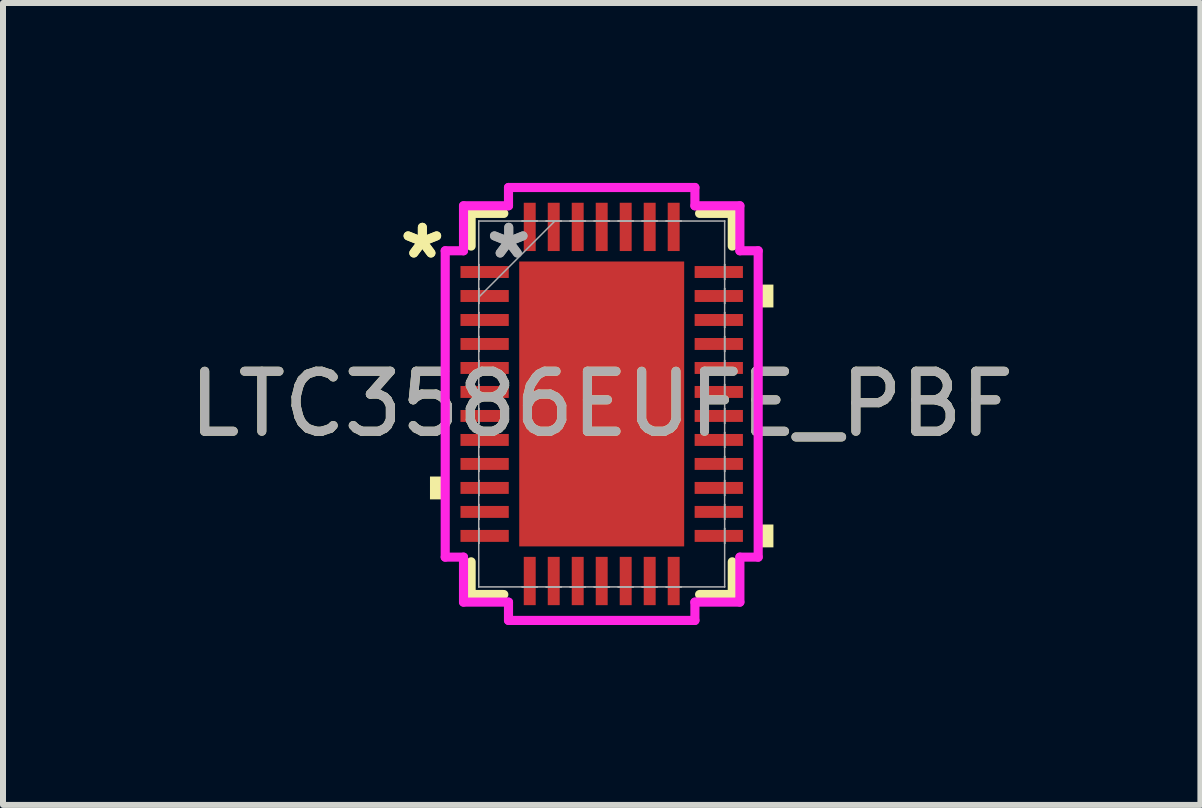
<source format=kicad_pcb>
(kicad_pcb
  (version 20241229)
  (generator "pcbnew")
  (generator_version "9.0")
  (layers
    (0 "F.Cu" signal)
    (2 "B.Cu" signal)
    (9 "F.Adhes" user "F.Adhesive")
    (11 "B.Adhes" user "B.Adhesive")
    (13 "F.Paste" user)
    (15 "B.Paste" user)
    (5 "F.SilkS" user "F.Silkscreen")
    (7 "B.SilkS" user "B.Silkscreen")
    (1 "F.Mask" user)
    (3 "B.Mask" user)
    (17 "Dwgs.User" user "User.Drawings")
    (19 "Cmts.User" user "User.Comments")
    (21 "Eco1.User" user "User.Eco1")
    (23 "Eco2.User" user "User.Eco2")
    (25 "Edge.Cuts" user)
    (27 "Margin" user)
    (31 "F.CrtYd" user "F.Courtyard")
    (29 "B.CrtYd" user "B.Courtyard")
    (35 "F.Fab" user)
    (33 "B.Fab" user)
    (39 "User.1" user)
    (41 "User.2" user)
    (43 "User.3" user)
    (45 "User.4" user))
  (footprint "LTC3586EUFE_PBF"
    (layer "F.Cu")
    (at 6.982 3.685)
    (property "Reference" "LTC3586EUFE_PBF" (at 0 0 0) (unlocked yes) (layer "F.SilkS") (effects (font (size 1 1) (thickness 0.15))))
    (attr smd)
    (fp_line (start -2.177 -3.177) (end -2.177 -2.632) (stroke (width 0.152) (type solid)) (layer "F.SilkS"))
    (fp_line (start -2.177 2.632) (end -2.177 3.177) (stroke (width 0.152) (type solid)) (layer "F.SilkS"))
    (fp_line (start -2.177 3.177) (end -1.632 3.177) (stroke (width 0.152) (type solid)) (layer "F.SilkS"))
    (fp_line (start -1.632 -3.177) (end -2.177 -3.177) (stroke (width 0.152) (type solid)) (layer "F.SilkS"))
    (fp_line (start 1.632 3.177) (end 2.177 3.177) (stroke (width 0.152) (type solid)) (layer "F.SilkS"))
    (fp_line (start 2.177 -3.177) (end 1.632 -3.177) (stroke (width 0.152) (type solid)) (layer "F.SilkS"))
    (fp_line (start 2.177 -2.632) (end 2.177 -3.177) (stroke (width 0.152) (type solid)) (layer "F.SilkS"))
    (fp_line (start 2.177 3.177) (end 2.177 2.632) (stroke (width 0.152) (type solid)) (layer "F.SilkS"))
    (fp_poly (pts (xy -2.863 1.21) (xy -2.863 1.591) (xy -2.609 1.591) (xy -2.609 1.21)) (stroke (width 0) (type solid)) (fill yes) (layer "F.SilkS"))
    (fp_poly (pts (xy 2.863 -1.99) (xy 2.863 -1.609) (xy 2.609 -1.609) (xy 2.609 -1.99)) (stroke (width 0) (type solid)) (fill yes) (layer "F.SilkS"))
    (fp_poly (pts (xy 2.863 2.01) (xy 2.863 2.391) (xy 2.609 2.391) (xy 2.609 2.01)) (stroke (width 0) (type solid)) (fill yes) (layer "F.SilkS"))
    (fp_poly (pts (xy -1.275 -2.275) (xy -1.275 -0.892) (xy -0.1 -0.892) (xy -0.1 -2.275)) (stroke (width 0) (type solid)) (fill yes) (layer "F.Paste"))
    (fp_poly (pts (xy -1.275 -0.692) (xy -1.275 0.692) (xy -0.1 0.692) (xy -0.1 -0.692)) (stroke (width 0) (type solid)) (fill yes) (layer "F.Paste"))
    (fp_poly (pts (xy -1.275 0.892) (xy -1.275 2.275) (xy -0.1 2.275) (xy -0.1 0.892)) (stroke (width 0) (type solid)) (fill yes) (layer "F.Paste"))
    (fp_poly (pts (xy 0.1 -2.275) (xy 0.1 -0.892) (xy 1.275 -0.892) (xy 1.275 -2.275)) (stroke (width 0) (type solid)) (fill yes) (layer "F.Paste"))
    (fp_poly (pts (xy 0.1 -0.692) (xy 0.1 0.692) (xy 1.275 0.692) (xy 1.275 -0.692)) (stroke (width 0) (type solid)) (fill yes) (layer "F.Paste"))
    (fp_poly (pts (xy 0.1 0.892) (xy 0.1 2.275) (xy 1.275 2.275) (xy 1.275 0.892)) (stroke (width 0) (type solid)) (fill yes) (layer "F.Paste"))
    (fp_line (start -2.609 -2.554) (end -2.304 -2.554) (stroke (width 0.152) (type solid)) (layer "F.CrtYd"))
    (fp_line (start -2.609 2.554) (end -2.609 -2.554) (stroke (width 0.152) (type solid)) (layer "F.CrtYd"))
    (fp_line (start -2.304 -3.304) (end -1.554 -3.304) (stroke (width 0.152) (type solid)) (layer "F.CrtYd"))
    (fp_line (start -2.304 -2.554) (end -2.304 -3.304) (stroke (width 0.152) (type solid)) (layer "F.CrtYd"))
    (fp_line (start -2.304 2.554) (end -2.609 2.554) (stroke (width 0.152) (type solid)) (layer "F.CrtYd"))
    (fp_line (start -2.304 3.304) (end -2.304 2.554) (stroke (width 0.152) (type solid)) (layer "F.CrtYd"))
    (fp_line (start -1.554 -3.609) (end 1.554 -3.609) (stroke (width 0.152) (type solid)) (layer "F.CrtYd"))
    (fp_line (start -1.554 -3.304) (end -1.554 -3.609) (stroke (width 0.152) (type solid)) (layer "F.CrtYd"))
    (fp_line (start -1.554 3.304) (end -2.304 3.304) (stroke (width 0.152) (type solid)) (layer "F.CrtYd"))
    (fp_line (start -1.554 3.609) (end -1.554 3.304) (stroke (width 0.152) (type solid)) (layer "F.CrtYd"))
    (fp_line (start 1.554 -3.609) (end 1.554 -3.304) (stroke (width 0.152) (type solid)) (layer "F.CrtYd"))
    (fp_line (start 1.554 -3.304) (end 2.304 -3.304) (stroke (width 0.152) (type solid)) (layer "F.CrtYd"))
    (fp_line (start 1.554 3.304) (end 1.554 3.609) (stroke (width 0.152) (type solid)) (layer "F.CrtYd"))
    (fp_line (start 1.554 3.609) (end -1.554 3.609) (stroke (width 0.152) (type solid)) (layer "F.CrtYd"))
    (fp_line (start 2.304 -3.304) (end 2.304 -2.554) (stroke (width 0.152) (type solid)) (layer "F.CrtYd"))
    (fp_line (start 2.304 -2.554) (end 2.609 -2.554) (stroke (width 0.152) (type solid)) (layer "F.CrtYd"))
    (fp_line (start 2.304 2.554) (end 2.304 3.304) (stroke (width 0.152) (type solid)) (layer "F.CrtYd"))
    (fp_line (start 2.304 3.304) (end 1.554 3.304) (stroke (width 0.152) (type solid)) (layer "F.CrtYd"))
    (fp_line (start 2.609 -2.554) (end 2.609 2.554) (stroke (width 0.152) (type solid)) (layer "F.CrtYd"))
    (fp_line (start 2.609 2.554) (end 2.304 2.554) (stroke (width 0.152) (type solid)) (layer "F.CrtYd"))
    (fp_line (start -2.05 -3.05) (end -2.05 -3.05) (stroke (width 0.025) (type solid)) (layer "F.Fab"))
    (fp_line (start -2.05 -3.05) (end -2.05 3.05) (stroke (width 0.025) (type solid)) (layer "F.Fab"))
    (fp_line (start -2.05 -2.325) (end -2.05 -2.325) (stroke (width 0.025) (type solid)) (layer "F.Fab"))
    (fp_line (start -2.05 -2.325) (end -2.05 -2.075) (stroke (width 0.025) (type solid)) (layer "F.Fab"))
    (fp_line (start -2.05 -2.075) (end -2.05 -2.325) (stroke (width 0.025) (type solid)) (layer "F.Fab"))
    (fp_line (start -2.05 -2.075) (end -2.05 -2.075) (stroke (width 0.025) (type solid)) (layer "F.Fab"))
    (fp_line (start -2.05 -1.925) (end -2.05 -1.925) (stroke (width 0.025) (type solid)) (layer "F.Fab"))
    (fp_line (start -2.05 -1.925) (end -2.05 -1.675) (stroke (width 0.025) (type solid)) (layer "F.Fab"))
    (fp_line (start -2.05 -1.78) (end -0.78 -3.05) (stroke (width 0.025) (type solid)) (layer "F.Fab"))
    (fp_line (start -2.05 -1.675) (end -2.05 -1.925) (stroke (width 0.025) (type solid)) (layer "F.Fab"))
    (fp_line (start -2.05 -1.675) (end -2.05 -1.675) (stroke (width 0.025) (type solid)) (layer "F.Fab"))
    (fp_line (start -2.05 -1.525) (end -2.05 -1.525) (stroke (width 0.025) (type solid)) (layer "F.Fab"))
    (fp_line (start -2.05 -1.525) (end -2.05 -1.275) (stroke (width 0.025) (type solid)) (layer "F.Fab"))
    (fp_line (start -2.05 -1.275) (end -2.05 -1.525) (stroke (width 0.025) (type solid)) (layer "F.Fab"))
    (fp_line (start -2.05 -1.275) (end -2.05 -1.275) (stroke (width 0.025) (type solid)) (layer "F.Fab"))
    (fp_line (start -2.05 -1.125) (end -2.05 -1.125) (stroke (width 0.025) (type solid)) (layer "F.Fab"))
    (fp_line (start -2.05 -1.125) (end -2.05 -0.875) (stroke (width 0.025) (type solid)) (layer "F.Fab"))
    (fp_line (start -2.05 -0.875) (end -2.05 -1.125) (stroke (width 0.025) (type solid)) (layer "F.Fab"))
    (fp_line (start -2.05 -0.875) (end -2.05 -0.875) (stroke (width 0.025) (type solid)) (layer "F.Fab"))
    (fp_line (start -2.05 -0.725) (end -2.05 -0.725) (stroke (width 0.025) (type solid)) (layer "F.Fab"))
    (fp_line (start -2.05 -0.725) (end -2.05 -0.475) (stroke (width 0.025) (type solid)) (layer "F.Fab"))
    (fp_line (start -2.05 -0.475) (end -2.05 -0.725) (stroke (width 0.025) (type solid)) (layer "F.Fab"))
    (fp_line (start -2.05 -0.475) (end -2.05 -0.475) (stroke (width 0.025) (type solid)) (layer "F.Fab"))
    (fp_line (start -2.05 -0.325) (end -2.05 -0.325) (stroke (width 0.025) (type solid)) (layer "F.Fab"))
    (fp_line (start -2.05 -0.325) (end -2.05 -0.075) (stroke (width 0.025) (type solid)) (layer "F.Fab"))
    (fp_line (start -2.05 -0.075) (end -2.05 -0.325) (stroke (width 0.025) (type solid)) (layer "F.Fab"))
    (fp_line (start -2.05 -0.075) (end -2.05 -0.075) (stroke (width 0.025) (type solid)) (layer "F.Fab"))
    (fp_line (start -2.05 0.075) (end -2.05 0.075) (stroke (width 0.025) (type solid)) (layer "F.Fab"))
    (fp_line (start -2.05 0.075) (end -2.05 0.325) (stroke (width 0.025) (type solid)) (layer "F.Fab"))
    (fp_line (start -2.05 0.325) (end -2.05 0.075) (stroke (width 0.025) (type solid)) (layer "F.Fab"))
    (fp_line (start -2.05 0.325) (end -2.05 0.325) (stroke (width 0.025) (type solid)) (layer "F.Fab"))
    (fp_line (start -2.05 0.475) (end -2.05 0.475) (stroke (width 0.025) (type solid)) (layer "F.Fab"))
    (fp_line (start -2.05 0.475) (end -2.05 0.725) (stroke (width 0.025) (type solid)) (layer "F.Fab"))
    (fp_line (start -2.05 0.725) (end -2.05 0.475) (stroke (width 0.025) (type solid)) (layer "F.Fab"))
    (fp_line (start -2.05 0.725) (end -2.05 0.725) (stroke (width 0.025) (type solid)) (layer "F.Fab"))
    (fp_line (start -2.05 0.875) (end -2.05 0.875) (stroke (width 0.025) (type solid)) (layer "F.Fab"))
    (fp_line (start -2.05 0.875) (end -2.05 1.125) (stroke (width 0.025) (type solid)) (layer "F.Fab"))
    (fp_line (start -2.05 1.125) (end -2.05 0.875) (stroke (width 0.025) (type solid)) (layer "F.Fab"))
    (fp_line (start -2.05 1.125) (end -2.05 1.125) (stroke (width 0.025) (type solid)) (layer "F.Fab"))
    (fp_line (start -2.05 1.275) (end -2.05 1.275) (stroke (width 0.025) (type solid)) (layer "F.Fab"))
    (fp_line (start -2.05 1.275) (end -2.05 1.525) (stroke (width 0.025) (type solid)) (layer "F.Fab"))
    (fp_line (start -2.05 1.525) (end -2.05 1.275) (stroke (width 0.025) (type solid)) (layer "F.Fab"))
    (fp_line (start -2.05 1.525) (end -2.05 1.525) (stroke (width 0.025) (type solid)) (layer "F.Fab"))
    (fp_line (start -2.05 1.675) (end -2.05 1.675) (stroke (width 0.025) (type solid)) (layer "F.Fab"))
    (fp_line (start -2.05 1.675) (end -2.05 1.925) (stroke (width 0.025) (type solid)) (layer "F.Fab"))
    (fp_line (start -2.05 1.925) (end -2.05 1.675) (stroke (width 0.025) (type solid)) (layer "F.Fab"))
    (fp_line (start -2.05 1.925) (end -2.05 1.925) (stroke (width 0.025) (type solid)) (layer "F.Fab"))
    (fp_line (start -2.05 2.075) (end -2.05 2.075) (stroke (width 0.025) (type solid)) (layer "F.Fab"))
    (fp_line (start -2.05 2.075) (end -2.05 2.325) (stroke (width 0.025) (type solid)) (layer "F.Fab"))
    (fp_line (start -2.05 2.325) (end -2.05 2.075) (stroke (width 0.025) (type solid)) (layer "F.Fab"))
    (fp_line (start -2.05 2.325) (end -2.05 2.325) (stroke (width 0.025) (type solid)) (layer "F.Fab"))
    (fp_line (start -2.05 3.05) (end -2.05 3.05) (stroke (width 0.025) (type solid)) (layer "F.Fab"))
    (fp_line (start -2.05 3.05) (end 2.05 3.05) (stroke (width 0.025) (type solid)) (layer "F.Fab"))
    (fp_line (start -1.325 -3.05) (end -1.325 -3.05) (stroke (width 0.025) (type solid)) (layer "F.Fab"))
    (fp_line (start -1.325 -3.05) (end -1.075 -3.05) (stroke (width 0.025) (type solid)) (layer "F.Fab"))
    (fp_line (start -1.325 3.05) (end -1.325 3.05) (stroke (width 0.025) (type solid)) (layer "F.Fab"))
    (fp_line (start -1.325 3.05) (end -1.075 3.05) (stroke (width 0.025) (type solid)) (layer "F.Fab"))
    (fp_line (start -1.075 -3.05) (end -1.325 -3.05) (stroke (width 0.025) (type solid)) (layer "F.Fab"))
    (fp_line (start -1.075 -3.05) (end -1.075 -3.05) (stroke (width 0.025) (type solid)) (layer "F.Fab"))
    (fp_line (start -1.075 3.05) (end -1.325 3.05) (stroke (width 0.025) (type solid)) (layer "F.Fab"))
    (fp_line (start -1.075 3.05) (end -1.075 3.05) (stroke (width 0.025) (type solid)) (layer "F.Fab"))
    (fp_line (start -0.925 -3.05) (end -0.925 -3.05) (stroke (width 0.025) (type solid)) (layer "F.Fab"))
    (fp_line (start -0.925 -3.05) (end -0.675 -3.05) (stroke (width 0.025) (type solid)) (layer "F.Fab"))
    (fp_line (start -0.925 3.05) (end -0.925 3.05) (stroke (width 0.025) (type solid)) (layer "F.Fab"))
    (fp_line (start -0.925 3.05) (end -0.675 3.05) (stroke (width 0.025) (type solid)) (layer "F.Fab"))
    (fp_line (start -0.675 -3.05) (end -0.925 -3.05) (stroke (width 0.025) (type solid)) (layer "F.Fab"))
    (fp_line (start -0.675 -3.05) (end -0.675 -3.05) (stroke (width 0.025) (type solid)) (layer "F.Fab"))
    (fp_line (start -0.675 3.05) (end -0.925 3.05) (stroke (width 0.025) (type solid)) (layer "F.Fab"))
    (fp_line (start -0.675 3.05) (end -0.675 3.05) (stroke (width 0.025) (type solid)) (layer "F.Fab"))
    (fp_line (start -0.525 -3.05) (end -0.525 -3.05) (stroke (width 0.025) (type solid)) (layer "F.Fab"))
    (fp_line (start -0.525 -3.05) (end -0.275 -3.05) (stroke (width 0.025) (type solid)) (layer "F.Fab"))
    (fp_line (start -0.525 3.05) (end -0.525 3.05) (stroke (width 0.025) (type solid)) (layer "F.Fab"))
    (fp_line (start -0.525 3.05) (end -0.275 3.05) (stroke (width 0.025) (type solid)) (layer "F.Fab"))
    (fp_line (start -0.275 -3.05) (end -0.525 -3.05) (stroke (width 0.025) (type solid)) (layer "F.Fab"))
    (fp_line (start -0.275 -3.05) (end -0.275 -3.05) (stroke (width 0.025) (type solid)) (layer "F.Fab"))
    (fp_line (start -0.275 3.05) (end -0.525 3.05) (stroke (width 0.025) (type solid)) (layer "F.Fab"))
    (fp_line (start -0.275 3.05) (end -0.275 3.05) (stroke (width 0.025) (type solid)) (layer "F.Fab"))
    (fp_line (start -0.125 -3.05) (end -0.125 -3.05) (stroke (width 0.025) (type solid)) (layer "F.Fab"))
    (fp_line (start -0.125 -3.05) (end 0.125 -3.05) (stroke (width 0.025) (type solid)) (layer "F.Fab"))
    (fp_line (start -0.125 3.05) (end -0.125 3.05) (stroke (width 0.025) (type solid)) (layer "F.Fab"))
    (fp_line (start -0.125 3.05) (end 0.125 3.05) (stroke (width 0.025) (type solid)) (layer "F.Fab"))
    (fp_line (start 0.125 -3.05) (end -0.125 -3.05) (stroke (width 0.025) (type solid)) (layer "F.Fab"))
    (fp_line (start 0.125 -3.05) (end 0.125 -3.05) (stroke (width 0.025) (type solid)) (layer "F.Fab"))
    (fp_line (start 0.125 3.05) (end -0.125 3.05) (stroke (width 0.025) (type solid)) (layer "F.Fab"))
    (fp_line (start 0.125 3.05) (end 0.125 3.05) (stroke (width 0.025) (type solid)) (layer "F.Fab"))
    (fp_line (start 0.275 -3.05) (end 0.275 -3.05) (stroke (width 0.025) (type solid)) (layer "F.Fab"))
    (fp_line (start 0.275 -3.05) (end 0.525 -3.05) (stroke (width 0.025) (type solid)) (layer "F.Fab"))
    (fp_line (start 0.275 3.05) (end 0.275 3.05) (stroke (width 0.025) (type solid)) (layer "F.Fab"))
    (fp_line (start 0.275 3.05) (end 0.525 3.05) (stroke (width 0.025) (type solid)) (layer "F.Fab"))
    (fp_line (start 0.525 -3.05) (end 0.275 -3.05) (stroke (width 0.025) (type solid)) (layer "F.Fab"))
    (fp_line (start 0.525 -3.05) (end 0.525 -3.05) (stroke (width 0.025) (type solid)) (layer "F.Fab"))
    (fp_line (start 0.525 3.05) (end 0.275 3.05) (stroke (width 0.025) (type solid)) (layer "F.Fab"))
    (fp_line (start 0.525 3.05) (end 0.525 3.05) (stroke (width 0.025) (type solid)) (layer "F.Fab"))
    (fp_line (start 0.675 -3.05) (end 0.675 -3.05) (stroke (width 0.025) (type solid)) (layer "F.Fab"))
    (fp_line (start 0.675 -3.05) (end 0.925 -3.05) (stroke (width 0.025) (type solid)) (layer "F.Fab"))
    (fp_line (start 0.675 3.05) (end 0.675 3.05) (stroke (width 0.025) (type solid)) (layer "F.Fab"))
    (fp_line (start 0.675 3.05) (end 0.925 3.05) (stroke (width 0.025) (type solid)) (layer "F.Fab"))
    (fp_line (start 0.925 -3.05) (end 0.675 -3.05) (stroke (width 0.025) (type solid)) (layer "F.Fab"))
    (fp_line (start 0.925 -3.05) (end 0.925 -3.05) (stroke (width 0.025) (type solid)) (layer "F.Fab"))
    (fp_line (start 0.925 3.05) (end 0.675 3.05) (stroke (width 0.025) (type solid)) (layer "F.Fab"))
    (fp_line (start 0.925 3.05) (end 0.925 3.05) (stroke (width 0.025) (type solid)) (layer "F.Fab"))
    (fp_line (start 1.075 -3.05) (end 1.075 -3.05) (stroke (width 0.025) (type solid)) (layer "F.Fab"))
    (fp_line (start 1.075 -3.05) (end 1.325 -3.05) (stroke (width 0.025) (type solid)) (layer "F.Fab"))
    (fp_line (start 1.075 3.05) (end 1.075 3.05) (stroke (width 0.025) (type solid)) (layer "F.Fab"))
    (fp_line (start 1.075 3.05) (end 1.325 3.05) (stroke (width 0.025) (type solid)) (layer "F.Fab"))
    (fp_line (start 1.325 -3.05) (end 1.075 -3.05) (stroke (width 0.025) (type solid)) (layer "F.Fab"))
    (fp_line (start 1.325 -3.05) (end 1.325 -3.05) (stroke (width 0.025) (type solid)) (layer "F.Fab"))
    (fp_line (start 1.325 3.05) (end 1.075 3.05) (stroke (width 0.025) (type solid)) (layer "F.Fab"))
    (fp_line (start 1.325 3.05) (end 1.325 3.05) (stroke (width 0.025) (type solid)) (layer "F.Fab"))
    (fp_line (start 2.05 -3.05) (end -2.05 -3.05) (stroke (width 0.025) (type solid)) (layer "F.Fab"))
    (fp_line (start 2.05 -3.05) (end 2.05 -3.05) (stroke (width 0.025) (type solid)) (layer "F.Fab"))
    (fp_line (start 2.05 -2.325) (end 2.05 -2.325) (stroke (width 0.025) (type solid)) (layer "F.Fab"))
    (fp_line (start 2.05 -2.325) (end 2.05 -2.075) (stroke (width 0.025) (type solid)) (layer "F.Fab"))
    (fp_line (start 2.05 -2.075) (end 2.05 -2.325) (stroke (width 0.025) (type solid)) (layer "F.Fab"))
    (fp_line (start 2.05 -2.075) (end 2.05 -2.075) (stroke (width 0.025) (type solid)) (layer "F.Fab"))
    (fp_line (start 2.05 -1.925) (end 2.05 -1.925) (stroke (width 0.025) (type solid)) (layer "F.Fab"))
    (fp_line (start 2.05 -1.925) (end 2.05 -1.675) (stroke (width 0.025) (type solid)) (layer "F.Fab"))
    (fp_line (start 2.05 -1.675) (end 2.05 -1.925) (stroke (width 0.025) (type solid)) (layer "F.Fab"))
    (fp_line (start 2.05 -1.675) (end 2.05 -1.675) (stroke (width 0.025) (type solid)) (layer "F.Fab"))
    (fp_line (start 2.05 -1.525) (end 2.05 -1.525) (stroke (width 0.025) (type solid)) (layer "F.Fab"))
    (fp_line (start 2.05 -1.525) (end 2.05 -1.275) (stroke (width 0.025) (type solid)) (layer "F.Fab"))
    (fp_line (start 2.05 -1.275) (end 2.05 -1.525) (stroke (width 0.025) (type solid)) (layer "F.Fab"))
    (fp_line (start 2.05 -1.275) (end 2.05 -1.275) (stroke (width 0.025) (type solid)) (layer "F.Fab"))
    (fp_line (start 2.05 -1.125) (end 2.05 -1.125) (stroke (width 0.025) (type solid)) (layer "F.Fab"))
    (fp_line (start 2.05 -1.125) (end 2.05 -0.875) (stroke (width 0.025) (type solid)) (layer "F.Fab"))
    (fp_line (start 2.05 -0.875) (end 2.05 -1.125) (stroke (width 0.025) (type solid)) (layer "F.Fab"))
    (fp_line (start 2.05 -0.875) (end 2.05 -0.875) (stroke (width 0.025) (type solid)) (layer "F.Fab"))
    (fp_line (start 2.05 -0.725) (end 2.05 -0.725) (stroke (width 0.025) (type solid)) (layer "F.Fab"))
    (fp_line (start 2.05 -0.725) (end 2.05 -0.475) (stroke (width 0.025) (type solid)) (layer "F.Fab"))
    (fp_line (start 2.05 -0.475) (end 2.05 -0.725) (stroke (width 0.025) (type solid)) (layer "F.Fab"))
    (fp_line (start 2.05 -0.475) (end 2.05 -0.475) (stroke (width 0.025) (type solid)) (layer "F.Fab"))
    (fp_line (start 2.05 -0.325) (end 2.05 -0.325) (stroke (width 0.025) (type solid)) (layer "F.Fab"))
    (fp_line (start 2.05 -0.325) (end 2.05 -0.075) (stroke (width 0.025) (type solid)) (layer "F.Fab"))
    (fp_line (start 2.05 -0.075) (end 2.05 -0.325) (stroke (width 0.025) (type solid)) (layer "F.Fab"))
    (fp_line (start 2.05 -0.075) (end 2.05 -0.075) (stroke (width 0.025) (type solid)) (layer "F.Fab"))
    (fp_line (start 2.05 0.075) (end 2.05 0.075) (stroke (width 0.025) (type solid)) (layer "F.Fab"))
    (fp_line (start 2.05 0.075) (end 2.05 0.325) (stroke (width 0.025) (type solid)) (layer "F.Fab"))
    (fp_line (start 2.05 0.325) (end 2.05 0.075) (stroke (width 0.025) (type solid)) (layer "F.Fab"))
    (fp_line (start 2.05 0.325) (end 2.05 0.325) (stroke (width 0.025) (type solid)) (layer "F.Fab"))
    (fp_line (start 2.05 0.475) (end 2.05 0.475) (stroke (width 0.025) (type solid)) (layer "F.Fab"))
    (fp_line (start 2.05 0.475) (end 2.05 0.725) (stroke (width 0.025) (type solid)) (layer "F.Fab"))
    (fp_line (start 2.05 0.725) (end 2.05 0.475) (stroke (width 0.025) (type solid)) (layer "F.Fab"))
    (fp_line (start 2.05 0.725) (end 2.05 0.725) (stroke (width 0.025) (type solid)) (layer "F.Fab"))
    (fp_line (start 2.05 0.875) (end 2.05 0.875) (stroke (width 0.025) (type solid)) (layer "F.Fab"))
    (fp_line (start 2.05 0.875) (end 2.05 1.125) (stroke (width 0.025) (type solid)) (layer "F.Fab"))
    (fp_line (start 2.05 1.125) (end 2.05 0.875) (stroke (width 0.025) (type solid)) (layer "F.Fab"))
    (fp_line (start 2.05 1.125) (end 2.05 1.125) (stroke (width 0.025) (type solid)) (layer "F.Fab"))
    (fp_line (start 2.05 1.275) (end 2.05 1.275) (stroke (width 0.025) (type solid)) (layer "F.Fab"))
    (fp_line (start 2.05 1.275) (end 2.05 1.525) (stroke (width 0.025) (type solid)) (layer "F.Fab"))
    (fp_line (start 2.05 1.525) (end 2.05 1.275) (stroke (width 0.025) (type solid)) (layer "F.Fab"))
    (fp_line (start 2.05 1.525) (end 2.05 1.525) (stroke (width 0.025) (type solid)) (layer "F.Fab"))
    (fp_line (start 2.05 1.675) (end 2.05 1.675) (stroke (width 0.025) (type solid)) (layer "F.Fab"))
    (fp_line (start 2.05 1.675) (end 2.05 1.925) (stroke (width 0.025) (type solid)) (layer "F.Fab"))
    (fp_line (start 2.05 1.925) (end 2.05 1.675) (stroke (width 0.025) (type solid)) (layer "F.Fab"))
    (fp_line (start 2.05 1.925) (end 2.05 1.925) (stroke (width 0.025) (type solid)) (layer "F.Fab"))
    (fp_line (start 2.05 2.075) (end 2.05 2.075) (stroke (width 0.025) (type solid)) (layer "F.Fab"))
    (fp_line (start 2.05 2.075) (end 2.05 2.325) (stroke (width 0.025) (type solid)) (layer "F.Fab"))
    (fp_line (start 2.05 2.325) (end 2.05 2.075) (stroke (width 0.025) (type solid)) (layer "F.Fab"))
    (fp_line (start 2.05 2.325) (end 2.05 2.325) (stroke (width 0.025) (type solid)) (layer "F.Fab"))
    (fp_line (start 2.05 3.05) (end 2.05 -3.05) (stroke (width 0.025) (type solid)) (layer "F.Fab"))
    (fp_line (start 2.05 3.05) (end 2.05 3.05) (stroke (width 0.025) (type solid)) (layer "F.Fab"))
    (fp_text user "*" (at -2.99 -2.4 0) (unlocked yes) (layer "F.SilkS") (effects (font (size 1 1) (thickness 0.15))))
    (fp_text user "*" (at -2.99 -2.4 0) (layer "F.SilkS") (effects (font (size 1 1) (thickness 0.15))))
    (fp_text user "*" (at -1.55 -2.4 0) (layer "F.Fab") (effects (font (size 1 1) (thickness 0.15))))
    (fp_text user "${REFERENCE}" (at 0 0 0) (unlocked yes) (layer "F.Fab") (effects (font (size 1 1) (thickness 0.15))))
    (fp_text user "*" (at -1.55 -2.4 0) (unlocked yes) (layer "F.Fab") (effects (font (size 1 1) (thickness 0.15))))
    (pad "1" smd rect (at -1.952 -2.2 90) (size 0.199 0.805) (layers "F.Cu" "F.Mask" "F.Paste"))
    (pad "2" smd rect (at -1.952 -1.8 90) (size 0.199 0.805) (layers "F.Cu" "F.Mask" "F.Paste"))
    (pad "3" smd rect (at -1.952 -1.4 90) (size 0.199 0.805) (layers "F.Cu" "F.Mask" "F.Paste"))
    (pad "4" smd rect (at -1.952 -1 90) (size 0.199 0.805) (layers "F.Cu" "F.Mask" "F.Paste"))
    (pad "5" smd rect (at -1.952 -0.6 90) (size 0.199 0.805) (layers "F.Cu" "F.Mask" "F.Paste"))
    (pad "6" smd rect (at -1.952 -0.2 90) (size 0.199 0.805) (layers "F.Cu" "F.Mask" "F.Paste"))
    (pad "7" smd rect (at -1.952 0.2 90) (size 0.199 0.805) (layers "F.Cu" "F.Mask" "F.Paste"))
    (pad "8" smd rect (at -1.952 0.6 90) (size 0.199 0.805) (layers "F.Cu" "F.Mask" "F.Paste"))
    (pad "9" smd rect (at -1.952 1 90) (size 0.199 0.805) (layers "F.Cu" "F.Mask" "F.Paste"))
    (pad "10" smd rect (at -1.952 1.4 90) (size 0.199 0.805) (layers "F.Cu" "F.Mask" "F.Paste"))
    (pad "11" smd rect (at -1.952 1.8 90) (size 0.199 0.805) (layers "F.Cu" "F.Mask" "F.Paste"))
    (pad "12" smd rect (at -1.952 2.2 90) (size 0.199 0.805) (layers "F.Cu" "F.Mask" "F.Paste"))
    (pad "13" smd rect (at -1.2 2.952) (size 0.199 0.805) (layers "F.Cu" "F.Mask" "F.Paste"))
    (pad "14" smd rect (at -0.8 2.952) (size 0.199 0.805) (layers "F.Cu" "F.Mask" "F.Paste"))
    (pad "15" smd rect (at -0.4 2.952) (size 0.199 0.805) (layers "F.Cu" "F.Mask" "F.Paste"))
    (pad "16" smd rect (at 0 2.952) (size 0.199 0.805) (layers "F.Cu" "F.Mask" "F.Paste"))
    (pad "17" smd rect (at 0.4 2.952) (size 0.199 0.805) (layers "F.Cu" "F.Mask" "F.Paste"))
    (pad "18" smd rect (at 0.8 2.952) (size 0.199 0.805) (layers "F.Cu" "F.Mask" "F.Paste"))
    (pad "19" smd rect (at 1.2 2.952) (size 0.199 0.805) (layers "F.Cu" "F.Mask" "F.Paste"))
    (pad "20" smd rect (at 1.952 2.2 90) (size 0.199 0.805) (layers "F.Cu" "F.Mask" "F.Paste"))
    (pad "21" smd rect (at 1.952 1.8 90) (size 0.199 0.805) (layers "F.Cu" "F.Mask" "F.Paste"))
    (pad "22" smd rect (at 1.952 1.4 90) (size 0.199 0.805) (layers "F.Cu" "F.Mask" "F.Paste"))
    (pad "23" smd rect (at 1.952 1 90) (size 0.199 0.805) (layers "F.Cu" "F.Mask" "F.Paste"))
    (pad "24" smd rect (at 1.952 0.6 90) (size 0.199 0.805) (layers "F.Cu" "F.Mask" "F.Paste"))
    (pad "25" smd rect (at 1.952 0.2 90) (size 0.199 0.805) (layers "F.Cu" "F.Mask" "F.Paste"))
    (pad "26" smd rect (at 1.952 -0.2 90) (size 0.199 0.805) (layers "F.Cu" "F.Mask" "F.Paste"))
    (pad "27" smd rect (at 1.952 -0.6 90) (size 0.199 0.805) (layers "F.Cu" "F.Mask" "F.Paste"))
    (pad "28" smd rect (at 1.952 -1 90) (size 0.199 0.805) (layers "F.Cu" "F.Mask" "F.Paste"))
    (pad "29" smd rect (at 1.952 -1.4 90) (size 0.199 0.805) (layers "F.Cu" "F.Mask" "F.Paste"))
    (pad "30" smd rect (at 1.952 -1.8 90) (size 0.199 0.805) (layers "F.Cu" "F.Mask" "F.Paste"))
    (pad "31" smd rect (at 1.952 -2.2 90) (size 0.199 0.805) (layers "F.Cu" "F.Mask" "F.Paste"))
    (pad "32" smd rect (at 1.2 -2.952) (size 0.199 0.805) (layers "F.Cu" "F.Mask" "F.Paste"))
    (pad "33" smd rect (at 0.8 -2.952) (size 0.199 0.805) (layers "F.Cu" "F.Mask" "F.Paste"))
    (pad "34" smd rect (at 0.4 -2.952) (size 0.199 0.805) (layers "F.Cu" "F.Mask" "F.Paste"))
    (pad "35" smd rect (at 0 -2.952) (size 0.199 0.805) (layers "F.Cu" "F.Mask" "F.Paste"))
    (pad "36" smd rect (at -0.4 -2.952) (size 0.199 0.805) (layers "F.Cu" "F.Mask" "F.Paste"))
    (pad "37" smd rect (at -0.8 -2.952) (size 0.199 0.805) (layers "F.Cu" "F.Mask" "F.Paste"))
    (pad "38" smd rect (at -1.2 -2.952) (size 0.199 0.805) (layers "F.Cu" "F.Mask" "F.Paste"))
    (pad "39" smd rect (at 0 0) (size 2.75 4.75) (layers "F.Cu" "F.Mask" "F.Paste")))
  (gr_rect
    (start -3 -3)
    (end 16.964 10.37)
    (stroke (width 0.1) (type default))
    (fill no)
    (layer "Edge.Cuts")))
</source>
